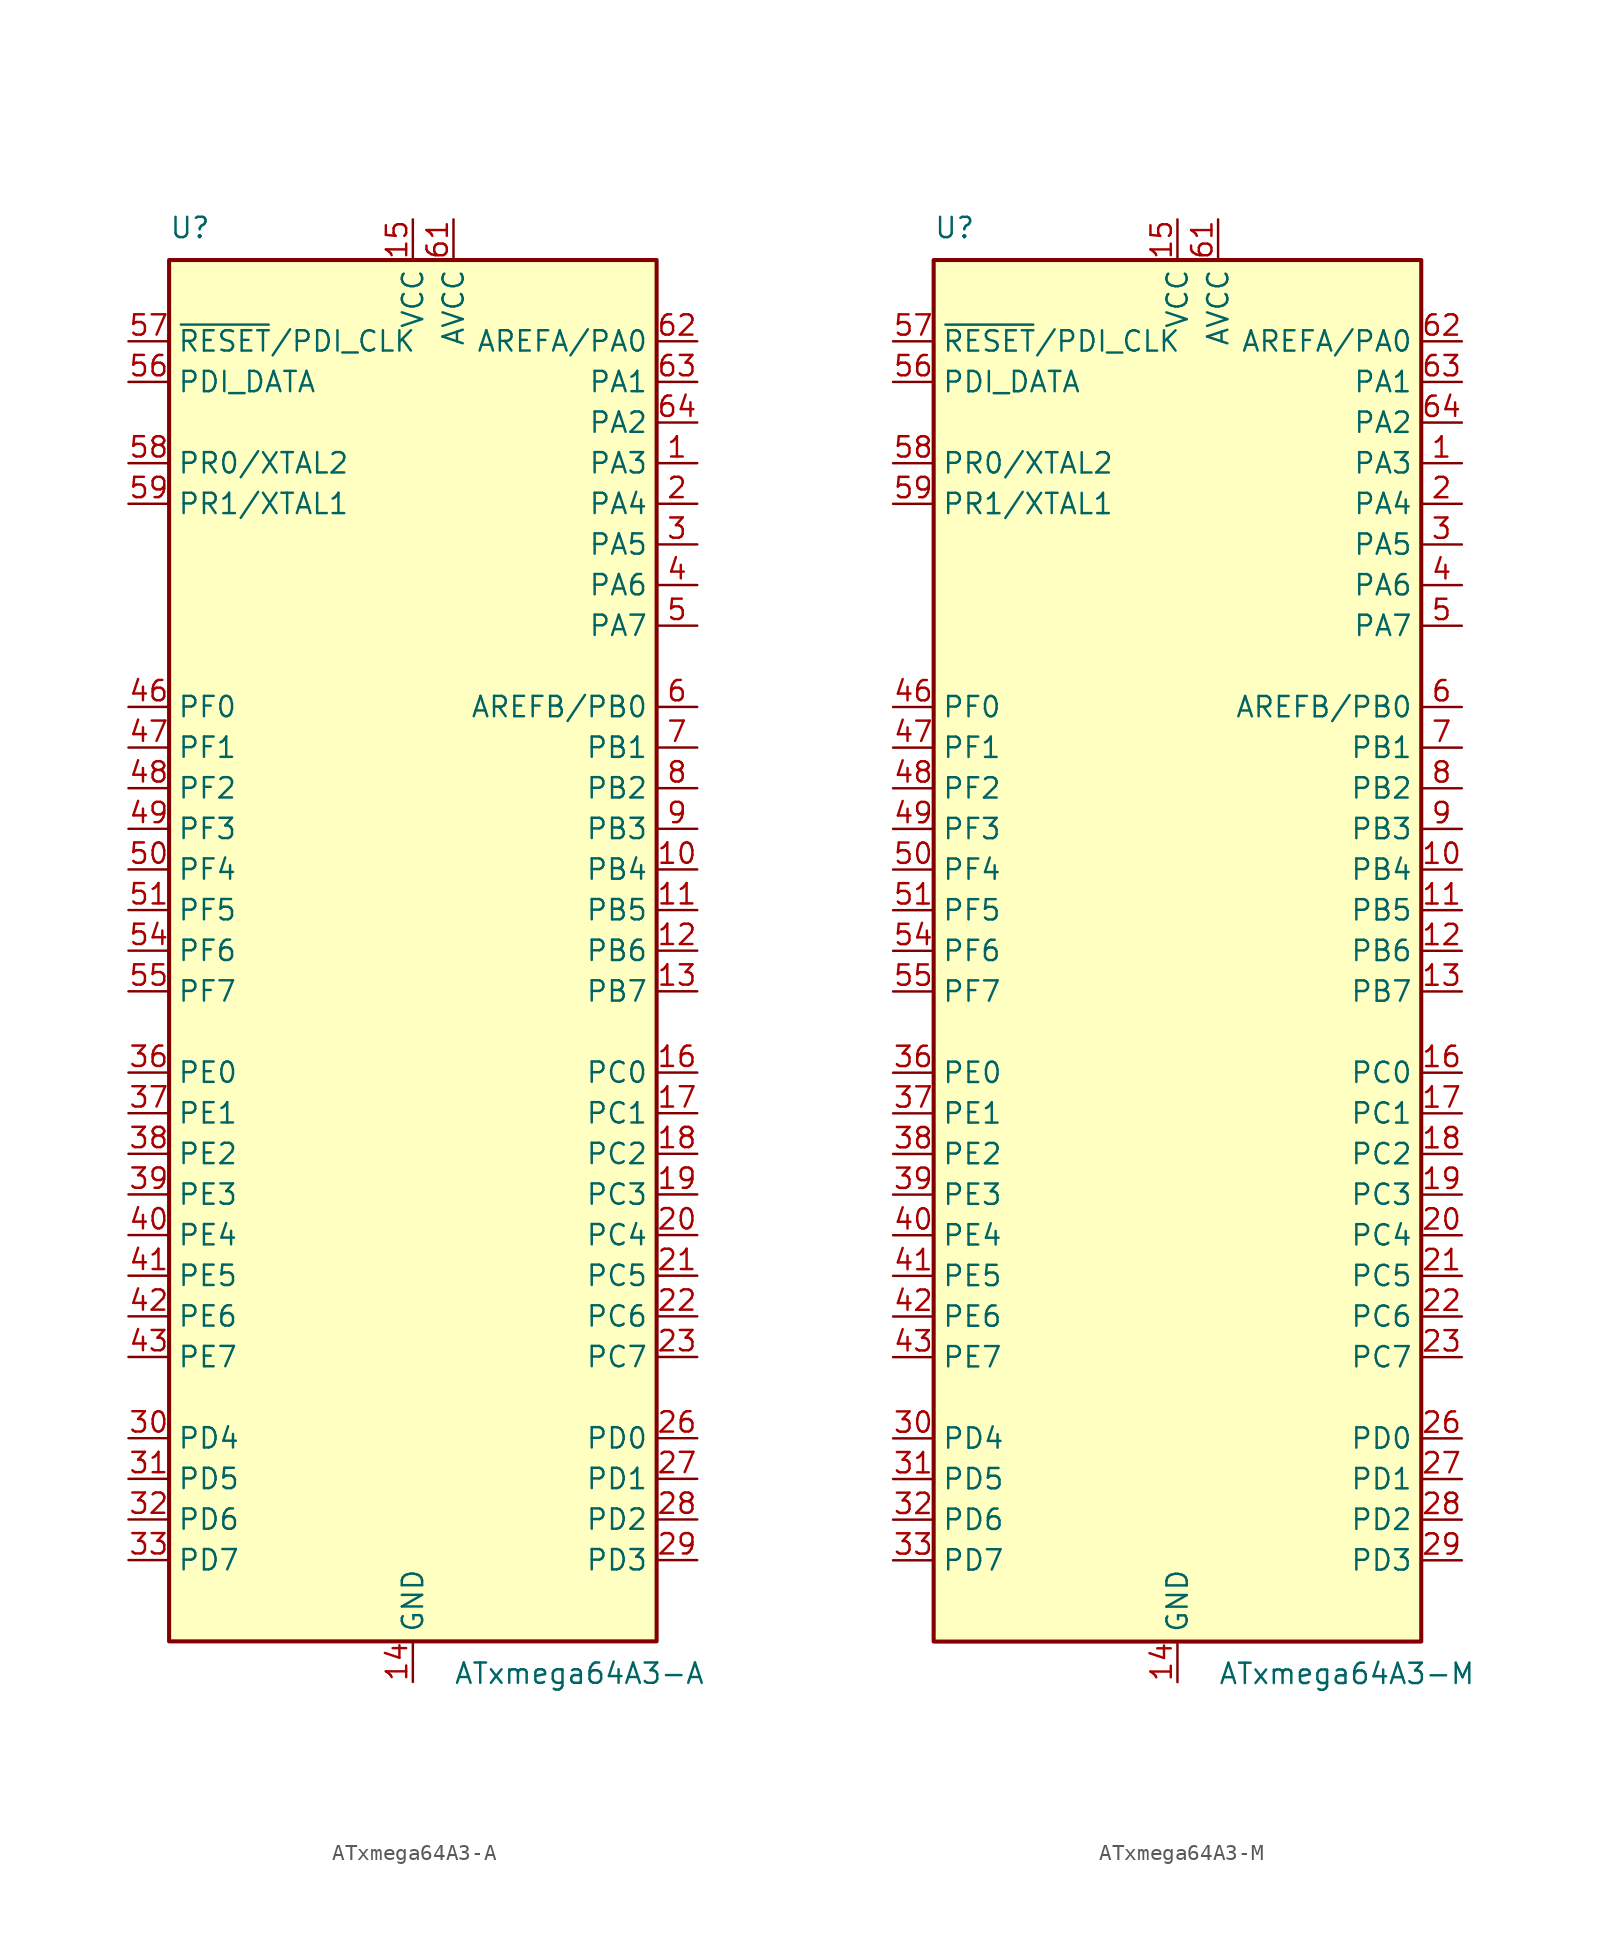
<source format=kicad_sym>
(kicad_symbol_lib
  (version 20201005)
  (generator kicad_symbol_editor)
  (symbol "MCU_Microchip_ATmega:ATxmega64A3-A"
    (property "Reference" "U"
      (at -15.24 44.45 0)
      (effects (font (size 1.27 1.27)) (justify left bottom)))
    (property "Value" "ATxmega64A3-A"
      (at 2.54 -44.45 0)
      (effects (font (size 1.27 1.27)) (justify left top)))
    (symbol "ATxmega64A3-A_0_1"
      (rectangle (start -15.24 -43.18) (end 15.24 43.18) (stroke (width 0.254)) (fill (type background))))
    (symbol "ATxmega64A3-A_1_1"
      (pin bidirectional line (at 17.78 30.48 180) (length 2.54) (name "PA3" (effects (font (size 1.27 1.27)))) (number "1" (effects (font (size 1.27 1.27)))))
      (pin bidirectional line (at 17.78 5.08 180) (length 2.54) (name "PB4" (effects (font (size 1.27 1.27)))) (number "10" (effects (font (size 1.27 1.27)))))
      (pin bidirectional line (at 17.78 2.54 180) (length 2.54) (name "PB5" (effects (font (size 1.27 1.27)))) (number "11" (effects (font (size 1.27 1.27)))))
      (pin bidirectional line (at 17.78 0 180) (length 2.54) (name "PB6" (effects (font (size 1.27 1.27)))) (number "12" (effects (font (size 1.27 1.27)))))
      (pin bidirectional line (at 17.78 -2.54 180) (length 2.54) (name "PB7" (effects (font (size 1.27 1.27)))) (number "13" (effects (font (size 1.27 1.27)))))
      (pin power_in line (at 0 -45.72 90) (length 2.54) (name "GND" (effects (font (size 1.27 1.27)))) (number "14" (effects (font (size 1.27 1.27)))))
      (pin power_in line (at 0 45.72 270) (length 2.54) (name "VCC" (effects (font (size 1.27 1.27)))) (number "15" (effects (font (size 1.27 1.27)))))
      (pin bidirectional line (at 17.78 -7.62 180) (length 2.54) (name "PC0" (effects (font (size 1.27 1.27)))) (number "16" (effects (font (size 1.27 1.27)))))
      (pin bidirectional line (at 17.78 -10.16 180) (length 2.54) (name "PC1" (effects (font (size 1.27 1.27)))) (number "17" (effects (font (size 1.27 1.27)))))
      (pin bidirectional line (at 17.78 -12.7 180) (length 2.54) (name "PC2" (effects (font (size 1.27 1.27)))) (number "18" (effects (font (size 1.27 1.27)))))
      (pin bidirectional line (at 17.78 -15.24 180) (length 2.54) (name "PC3" (effects (font (size 1.27 1.27)))) (number "19" (effects (font (size 1.27 1.27)))))
      (pin bidirectional line (at 17.78 27.94 180) (length 2.54) (name "PA4" (effects (font (size 1.27 1.27)))) (number "2" (effects (font (size 1.27 1.27)))))
      (pin bidirectional line (at 17.78 -17.78 180) (length 2.54) (name "PC4" (effects (font (size 1.27 1.27)))) (number "20" (effects (font (size 1.27 1.27)))))
      (pin bidirectional line (at 17.78 -20.32 180) (length 2.54) (name "PC5" (effects (font (size 1.27 1.27)))) (number "21" (effects (font (size 1.27 1.27)))))
      (pin bidirectional line (at 17.78 -22.86 180) (length 2.54) (name "PC6" (effects (font (size 1.27 1.27)))) (number "22" (effects (font (size 1.27 1.27)))))
      (pin bidirectional line (at 17.78 -25.4 180) (length 2.54) (name "PC7" (effects (font (size 1.27 1.27)))) (number "23" (effects (font (size 1.27 1.27)))))
      (pin passive line (at 0 -45.72 90) (length 2.54) hide (name "GND" (effects (font (size 1.27 1.27)))) (number "24" (effects (font (size 1.27 1.27)))))
      (pin passive line (at 0 45.72 270) (length 2.54) hide (name "VCC" (effects (font (size 1.27 1.27)))) (number "25" (effects (font (size 1.27 1.27)))))
      (pin bidirectional line (at 17.78 -30.48 180) (length 2.54) (name "PD0" (effects (font (size 1.27 1.27)))) (number "26" (effects (font (size 1.27 1.27)))))
      (pin bidirectional line (at 17.78 -33.02 180) (length 2.54) (name "PD1" (effects (font (size 1.27 1.27)))) (number "27" (effects (font (size 1.27 1.27)))))
      (pin bidirectional line (at 17.78 -35.56 180) (length 2.54) (name "PD2" (effects (font (size 1.27 1.27)))) (number "28" (effects (font (size 1.27 1.27)))))
      (pin bidirectional line (at 17.78 -38.1 180) (length 2.54) (name "PD3" (effects (font (size 1.27 1.27)))) (number "29" (effects (font (size 1.27 1.27)))))
      (pin bidirectional line (at 17.78 25.4 180) (length 2.54) (name "PA5" (effects (font (size 1.27 1.27)))) (number "3" (effects (font (size 1.27 1.27)))))
      (pin bidirectional line (at -17.78 -30.48 0) (length 2.54) (name "PD4" (effects (font (size 1.27 1.27)))) (number "30" (effects (font (size 1.27 1.27)))))
      (pin bidirectional line (at -17.78 -33.02 0) (length 2.54) (name "PD5" (effects (font (size 1.27 1.27)))) (number "31" (effects (font (size 1.27 1.27)))))
      (pin bidirectional line (at -17.78 -35.56 0) (length 2.54) (name "PD6" (effects (font (size 1.27 1.27)))) (number "32" (effects (font (size 1.27 1.27)))))
      (pin bidirectional line (at -17.78 -38.1 0) (length 2.54) (name "PD7" (effects (font (size 1.27 1.27)))) (number "33" (effects (font (size 1.27 1.27)))))
      (pin passive line (at 0 -45.72 90) (length 2.54) hide (name "GND" (effects (font (size 1.27 1.27)))) (number "34" (effects (font (size 1.27 1.27)))))
      (pin passive line (at 0 45.72 270) (length 2.54) hide (name "VCC" (effects (font (size 1.27 1.27)))) (number "35" (effects (font (size 1.27 1.27)))))
      (pin bidirectional line (at -17.78 -7.62 0) (length 2.54) (name "PE0" (effects (font (size 1.27 1.27)))) (number "36" (effects (font (size 1.27 1.27)))))
      (pin bidirectional line (at -17.78 -10.16 0) (length 2.54) (name "PE1" (effects (font (size 1.27 1.27)))) (number "37" (effects (font (size 1.27 1.27)))))
      (pin bidirectional line (at -17.78 -12.7 0) (length 2.54) (name "PE2" (effects (font (size 1.27 1.27)))) (number "38" (effects (font (size 1.27 1.27)))))
      (pin bidirectional line (at -17.78 -15.24 0) (length 2.54) (name "PE3" (effects (font (size 1.27 1.27)))) (number "39" (effects (font (size 1.27 1.27)))))
      (pin bidirectional line (at 17.78 22.86 180) (length 2.54) (name "PA6" (effects (font (size 1.27 1.27)))) (number "4" (effects (font (size 1.27 1.27)))))
      (pin bidirectional line (at -17.78 -17.78 0) (length 2.54) (name "PE4" (effects (font (size 1.27 1.27)))) (number "40" (effects (font (size 1.27 1.27)))))
      (pin bidirectional line (at -17.78 -20.32 0) (length 2.54) (name "PE5" (effects (font (size 1.27 1.27)))) (number "41" (effects (font (size 1.27 1.27)))))
      (pin bidirectional line (at -17.78 -22.86 0) (length 2.54) (name "PE6" (effects (font (size 1.27 1.27)))) (number "42" (effects (font (size 1.27 1.27)))))
      (pin bidirectional line (at -17.78 -25.4 0) (length 2.54) (name "PE7" (effects (font (size 1.27 1.27)))) (number "43" (effects (font (size 1.27 1.27)))))
      (pin passive line (at 0 -45.72 90) (length 2.54) hide (name "GND" (effects (font (size 1.27 1.27)))) (number "44" (effects (font (size 1.27 1.27)))))
      (pin passive line (at 0 45.72 270) (length 2.54) hide (name "VCC" (effects (font (size 1.27 1.27)))) (number "45" (effects (font (size 1.27 1.27)))))
      (pin bidirectional line (at -17.78 15.24 0) (length 2.54) (name "PF0" (effects (font (size 1.27 1.27)))) (number "46" (effects (font (size 1.27 1.27)))))
      (pin bidirectional line (at -17.78 12.7 0) (length 2.54) (name "PF1" (effects (font (size 1.27 1.27)))) (number "47" (effects (font (size 1.27 1.27)))))
      (pin bidirectional line (at -17.78 10.16 0) (length 2.54) (name "PF2" (effects (font (size 1.27 1.27)))) (number "48" (effects (font (size 1.27 1.27)))))
      (pin bidirectional line (at -17.78 7.62 0) (length 2.54) (name "PF3" (effects (font (size 1.27 1.27)))) (number "49" (effects (font (size 1.27 1.27)))))
      (pin bidirectional line (at 17.78 20.32 180) (length 2.54) (name "PA7" (effects (font (size 1.27 1.27)))) (number "5" (effects (font (size 1.27 1.27)))))
      (pin bidirectional line (at -17.78 5.08 0) (length 2.54) (name "PF4" (effects (font (size 1.27 1.27)))) (number "50" (effects (font (size 1.27 1.27)))))
      (pin bidirectional line (at -17.78 2.54 0) (length 2.54) (name "PF5" (effects (font (size 1.27 1.27)))) (number "51" (effects (font (size 1.27 1.27)))))
      (pin passive line (at 0 -45.72 90) (length 2.54) hide (name "GND" (effects (font (size 1.27 1.27)))) (number "52" (effects (font (size 1.27 1.27)))))
      (pin passive line (at 0 45.72 270) (length 2.54) hide (name "VCC" (effects (font (size 1.27 1.27)))) (number "53" (effects (font (size 1.27 1.27)))))
      (pin bidirectional line (at -17.78 0 0) (length 2.54) (name "PF6" (effects (font (size 1.27 1.27)))) (number "54" (effects (font (size 1.27 1.27)))))
      (pin bidirectional line (at -17.78 -2.54 0) (length 2.54) (name "PF7" (effects (font (size 1.27 1.27)))) (number "55" (effects (font (size 1.27 1.27)))))
      (pin bidirectional line (at -17.78 35.56 0) (length 2.54) (name "PDI_DATA" (effects (font (size 1.27 1.27)))) (number "56" (effects (font (size 1.27 1.27)))))
      (pin input line (at -17.78 38.1 0) (length 2.54) (name "~RESET~/PDI_CLK" (effects (font (size 1.27 1.27)))) (number "57" (effects (font (size 1.27 1.27)))))
      (pin bidirectional line (at -17.78 30.48 0) (length 2.54) (name "PR0/XTAL2" (effects (font (size 1.27 1.27)))) (number "58" (effects (font (size 1.27 1.27)))))
      (pin bidirectional line (at -17.78 27.94 0) (length 2.54) (name "PR1/XTAL1" (effects (font (size 1.27 1.27)))) (number "59" (effects (font (size 1.27 1.27)))))
      (pin bidirectional line (at 17.78 15.24 180) (length 2.54) (name "AREFB/PB0" (effects (font (size 1.27 1.27)))) (number "6" (effects (font (size 1.27 1.27)))))
      (pin passive line (at 0 -45.72 90) (length 2.54) hide (name "GND" (effects (font (size 1.27 1.27)))) (number "60" (effects (font (size 1.27 1.27)))))
      (pin power_in line (at 2.54 45.72 270) (length 2.54) (name "AVCC" (effects (font (size 1.27 1.27)))) (number "61" (effects (font (size 1.27 1.27)))))
      (pin bidirectional line (at 17.78 38.1 180) (length 2.54) (name "AREFA/PA0" (effects (font (size 1.27 1.27)))) (number "62" (effects (font (size 1.27 1.27)))))
      (pin bidirectional line (at 17.78 35.56 180) (length 2.54) (name "PA1" (effects (font (size 1.27 1.27)))) (number "63" (effects (font (size 1.27 1.27)))))
      (pin bidirectional line (at 17.78 33.02 180) (length 2.54) (name "PA2" (effects (font (size 1.27 1.27)))) (number "64" (effects (font (size 1.27 1.27)))))
      (pin bidirectional line (at 17.78 12.7 180) (length 2.54) (name "PB1" (effects (font (size 1.27 1.27)))) (number "7" (effects (font (size 1.27 1.27)))))
      (pin bidirectional line (at 17.78 10.16 180) (length 2.54) (name "PB2" (effects (font (size 1.27 1.27)))) (number "8" (effects (font (size 1.27 1.27)))))
      (pin bidirectional line (at 17.78 7.62 180) (length 2.54) (name "PB3" (effects (font (size 1.27 1.27)))) (number "9" (effects (font (size 1.27 1.27)))))))
  (symbol "MCU_Microchip_ATmega:ATxmega64A3-M"
    (property "Reference" "U"
      (at -15.24 44.45 0)
      (effects (font (size 1.27 1.27)) (justify left bottom)))
    (property "Value" "ATxmega64A3-M"
      (at 2.54 -44.45 0)
      (effects (font (size 1.27 1.27)) (justify left top)))
    (symbol "ATxmega64A3-M_0_1"
      (rectangle (start -15.24 -43.18) (end 15.24 43.18) (stroke (width 0.254)) (fill (type background))))
    (symbol "ATxmega64A3-M_1_1"
      (pin bidirectional line (at 17.78 30.48 180) (length 2.54) (name "PA3" (effects (font (size 1.27 1.27)))) (number "1" (effects (font (size 1.27 1.27)))))
      (pin bidirectional line (at 17.78 5.08 180) (length 2.54) (name "PB4" (effects (font (size 1.27 1.27)))) (number "10" (effects (font (size 1.27 1.27)))))
      (pin bidirectional line (at 17.78 2.54 180) (length 2.54) (name "PB5" (effects (font (size 1.27 1.27)))) (number "11" (effects (font (size 1.27 1.27)))))
      (pin bidirectional line (at 17.78 0 180) (length 2.54) (name "PB6" (effects (font (size 1.27 1.27)))) (number "12" (effects (font (size 1.27 1.27)))))
      (pin bidirectional line (at 17.78 -2.54 180) (length 2.54) (name "PB7" (effects (font (size 1.27 1.27)))) (number "13" (effects (font (size 1.27 1.27)))))
      (pin power_in line (at 0 -45.72 90) (length 2.54) (name "GND" (effects (font (size 1.27 1.27)))) (number "14" (effects (font (size 1.27 1.27)))))
      (pin power_in line (at 0 45.72 270) (length 2.54) (name "VCC" (effects (font (size 1.27 1.27)))) (number "15" (effects (font (size 1.27 1.27)))))
      (pin bidirectional line (at 17.78 -7.62 180) (length 2.54) (name "PC0" (effects (font (size 1.27 1.27)))) (number "16" (effects (font (size 1.27 1.27)))))
      (pin bidirectional line (at 17.78 -10.16 180) (length 2.54) (name "PC1" (effects (font (size 1.27 1.27)))) (number "17" (effects (font (size 1.27 1.27)))))
      (pin bidirectional line (at 17.78 -12.7 180) (length 2.54) (name "PC2" (effects (font (size 1.27 1.27)))) (number "18" (effects (font (size 1.27 1.27)))))
      (pin bidirectional line (at 17.78 -15.24 180) (length 2.54) (name "PC3" (effects (font (size 1.27 1.27)))) (number "19" (effects (font (size 1.27 1.27)))))
      (pin bidirectional line (at 17.78 27.94 180) (length 2.54) (name "PA4" (effects (font (size 1.27 1.27)))) (number "2" (effects (font (size 1.27 1.27)))))
      (pin bidirectional line (at 17.78 -17.78 180) (length 2.54) (name "PC4" (effects (font (size 1.27 1.27)))) (number "20" (effects (font (size 1.27 1.27)))))
      (pin bidirectional line (at 17.78 -20.32 180) (length 2.54) (name "PC5" (effects (font (size 1.27 1.27)))) (number "21" (effects (font (size 1.27 1.27)))))
      (pin bidirectional line (at 17.78 -22.86 180) (length 2.54) (name "PC6" (effects (font (size 1.27 1.27)))) (number "22" (effects (font (size 1.27 1.27)))))
      (pin bidirectional line (at 17.78 -25.4 180) (length 2.54) (name "PC7" (effects (font (size 1.27 1.27)))) (number "23" (effects (font (size 1.27 1.27)))))
      (pin passive line (at 0 -45.72 90) (length 2.54) hide (name "GND" (effects (font (size 1.27 1.27)))) (number "24" (effects (font (size 1.27 1.27)))))
      (pin passive line (at 0 45.72 270) (length 2.54) hide (name "VCC" (effects (font (size 1.27 1.27)))) (number "25" (effects (font (size 1.27 1.27)))))
      (pin bidirectional line (at 17.78 -30.48 180) (length 2.54) (name "PD0" (effects (font (size 1.27 1.27)))) (number "26" (effects (font (size 1.27 1.27)))))
      (pin bidirectional line (at 17.78 -33.02 180) (length 2.54) (name "PD1" (effects (font (size 1.27 1.27)))) (number "27" (effects (font (size 1.27 1.27)))))
      (pin bidirectional line (at 17.78 -35.56 180) (length 2.54) (name "PD2" (effects (font (size 1.27 1.27)))) (number "28" (effects (font (size 1.27 1.27)))))
      (pin bidirectional line (at 17.78 -38.1 180) (length 2.54) (name "PD3" (effects (font (size 1.27 1.27)))) (number "29" (effects (font (size 1.27 1.27)))))
      (pin bidirectional line (at 17.78 25.4 180) (length 2.54) (name "PA5" (effects (font (size 1.27 1.27)))) (number "3" (effects (font (size 1.27 1.27)))))
      (pin bidirectional line (at -17.78 -30.48 0) (length 2.54) (name "PD4" (effects (font (size 1.27 1.27)))) (number "30" (effects (font (size 1.27 1.27)))))
      (pin bidirectional line (at -17.78 -33.02 0) (length 2.54) (name "PD5" (effects (font (size 1.27 1.27)))) (number "31" (effects (font (size 1.27 1.27)))))
      (pin bidirectional line (at -17.78 -35.56 0) (length 2.54) (name "PD6" (effects (font (size 1.27 1.27)))) (number "32" (effects (font (size 1.27 1.27)))))
      (pin bidirectional line (at -17.78 -38.1 0) (length 2.54) (name "PD7" (effects (font (size 1.27 1.27)))) (number "33" (effects (font (size 1.27 1.27)))))
      (pin passive line (at 0 -45.72 90) (length 2.54) hide (name "GND" (effects (font (size 1.27 1.27)))) (number "34" (effects (font (size 1.27 1.27)))))
      (pin passive line (at 0 45.72 270) (length 2.54) hide (name "VCC" (effects (font (size 1.27 1.27)))) (number "35" (effects (font (size 1.27 1.27)))))
      (pin bidirectional line (at -17.78 -7.62 0) (length 2.54) (name "PE0" (effects (font (size 1.27 1.27)))) (number "36" (effects (font (size 1.27 1.27)))))
      (pin bidirectional line (at -17.78 -10.16 0) (length 2.54) (name "PE1" (effects (font (size 1.27 1.27)))) (number "37" (effects (font (size 1.27 1.27)))))
      (pin bidirectional line (at -17.78 -12.7 0) (length 2.54) (name "PE2" (effects (font (size 1.27 1.27)))) (number "38" (effects (font (size 1.27 1.27)))))
      (pin bidirectional line (at -17.78 -15.24 0) (length 2.54) (name "PE3" (effects (font (size 1.27 1.27)))) (number "39" (effects (font (size 1.27 1.27)))))
      (pin bidirectional line (at 17.78 22.86 180) (length 2.54) (name "PA6" (effects (font (size 1.27 1.27)))) (number "4" (effects (font (size 1.27 1.27)))))
      (pin bidirectional line (at -17.78 -17.78 0) (length 2.54) (name "PE4" (effects (font (size 1.27 1.27)))) (number "40" (effects (font (size 1.27 1.27)))))
      (pin bidirectional line (at -17.78 -20.32 0) (length 2.54) (name "PE5" (effects (font (size 1.27 1.27)))) (number "41" (effects (font (size 1.27 1.27)))))
      (pin bidirectional line (at -17.78 -22.86 0) (length 2.54) (name "PE6" (effects (font (size 1.27 1.27)))) (number "42" (effects (font (size 1.27 1.27)))))
      (pin bidirectional line (at -17.78 -25.4 0) (length 2.54) (name "PE7" (effects (font (size 1.27 1.27)))) (number "43" (effects (font (size 1.27 1.27)))))
      (pin passive line (at 0 -45.72 90) (length 2.54) hide (name "GND" (effects (font (size 1.27 1.27)))) (number "44" (effects (font (size 1.27 1.27)))))
      (pin passive line (at 0 45.72 270) (length 2.54) hide (name "VCC" (effects (font (size 1.27 1.27)))) (number "45" (effects (font (size 1.27 1.27)))))
      (pin bidirectional line (at -17.78 15.24 0) (length 2.54) (name "PF0" (effects (font (size 1.27 1.27)))) (number "46" (effects (font (size 1.27 1.27)))))
      (pin bidirectional line (at -17.78 12.7 0) (length 2.54) (name "PF1" (effects (font (size 1.27 1.27)))) (number "47" (effects (font (size 1.27 1.27)))))
      (pin bidirectional line (at -17.78 10.16 0) (length 2.54) (name "PF2" (effects (font (size 1.27 1.27)))) (number "48" (effects (font (size 1.27 1.27)))))
      (pin bidirectional line (at -17.78 7.62 0) (length 2.54) (name "PF3" (effects (font (size 1.27 1.27)))) (number "49" (effects (font (size 1.27 1.27)))))
      (pin bidirectional line (at 17.78 20.32 180) (length 2.54) (name "PA7" (effects (font (size 1.27 1.27)))) (number "5" (effects (font (size 1.27 1.27)))))
      (pin bidirectional line (at -17.78 5.08 0) (length 2.54) (name "PF4" (effects (font (size 1.27 1.27)))) (number "50" (effects (font (size 1.27 1.27)))))
      (pin bidirectional line (at -17.78 2.54 0) (length 2.54) (name "PF5" (effects (font (size 1.27 1.27)))) (number "51" (effects (font (size 1.27 1.27)))))
      (pin passive line (at 0 -45.72 90) (length 2.54) hide (name "GND" (effects (font (size 1.27 1.27)))) (number "52" (effects (font (size 1.27 1.27)))))
      (pin passive line (at 0 45.72 270) (length 2.54) hide (name "VCC" (effects (font (size 1.27 1.27)))) (number "53" (effects (font (size 1.27 1.27)))))
      (pin bidirectional line (at -17.78 0 0) (length 2.54) (name "PF6" (effects (font (size 1.27 1.27)))) (number "54" (effects (font (size 1.27 1.27)))))
      (pin bidirectional line (at -17.78 -2.54 0) (length 2.54) (name "PF7" (effects (font (size 1.27 1.27)))) (number "55" (effects (font (size 1.27 1.27)))))
      (pin bidirectional line (at -17.78 35.56 0) (length 2.54) (name "PDI_DATA" (effects (font (size 1.27 1.27)))) (number "56" (effects (font (size 1.27 1.27)))))
      (pin input line (at -17.78 38.1 0) (length 2.54) (name "~RESET~/PDI_CLK" (effects (font (size 1.27 1.27)))) (number "57" (effects (font (size 1.27 1.27)))))
      (pin bidirectional line (at -17.78 30.48 0) (length 2.54) (name "PR0/XTAL2" (effects (font (size 1.27 1.27)))) (number "58" (effects (font (size 1.27 1.27)))))
      (pin bidirectional line (at -17.78 27.94 0) (length 2.54) (name "PR1/XTAL1" (effects (font (size 1.27 1.27)))) (number "59" (effects (font (size 1.27 1.27)))))
      (pin bidirectional line (at 17.78 15.24 180) (length 2.54) (name "AREFB/PB0" (effects (font (size 1.27 1.27)))) (number "6" (effects (font (size 1.27 1.27)))))
      (pin passive line (at 0 -45.72 90) (length 2.54) hide (name "GND" (effects (font (size 1.27 1.27)))) (number "60" (effects (font (size 1.27 1.27)))))
      (pin power_in line (at 2.54 45.72 270) (length 2.54) (name "AVCC" (effects (font (size 1.27 1.27)))) (number "61" (effects (font (size 1.27 1.27)))))
      (pin bidirectional line (at 17.78 38.1 180) (length 2.54) (name "AREFA/PA0" (effects (font (size 1.27 1.27)))) (number "62" (effects (font (size 1.27 1.27)))))
      (pin bidirectional line (at 17.78 35.56 180) (length 2.54) (name "PA1" (effects (font (size 1.27 1.27)))) (number "63" (effects (font (size 1.27 1.27)))))
      (pin bidirectional line (at 17.78 33.02 180) (length 2.54) (name "PA2" (effects (font (size 1.27 1.27)))) (number "64" (effects (font (size 1.27 1.27)))))
      (pin passive line (at 0 -45.72 90) (length 2.54) hide (name "GND" (effects (font (size 1.27 1.27)))) (number "65" (effects (font (size 1.27 1.27)))))
      (pin bidirectional line (at 17.78 12.7 180) (length 2.54) (name "PB1" (effects (font (size 1.27 1.27)))) (number "7" (effects (font (size 1.27 1.27)))))
      (pin bidirectional line (at 17.78 10.16 180) (length 2.54) (name "PB2" (effects (font (size 1.27 1.27)))) (number "8" (effects (font (size 1.27 1.27)))))
      (pin bidirectional line (at 17.78 7.62 180) (length 2.54) (name "PB3" (effects (font (size 1.27 1.27)))) (number "9" (effects (font (size 1.27 1.27))))))))
</source>
